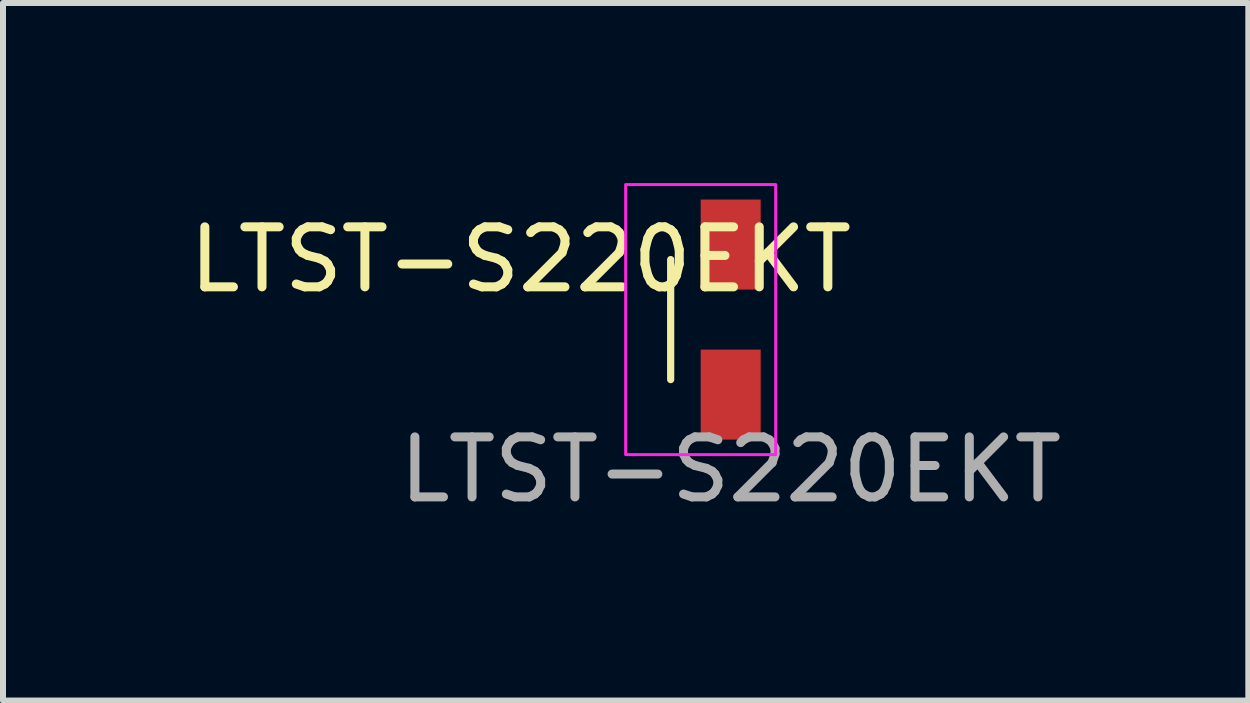
<source format=kicad_pcb>
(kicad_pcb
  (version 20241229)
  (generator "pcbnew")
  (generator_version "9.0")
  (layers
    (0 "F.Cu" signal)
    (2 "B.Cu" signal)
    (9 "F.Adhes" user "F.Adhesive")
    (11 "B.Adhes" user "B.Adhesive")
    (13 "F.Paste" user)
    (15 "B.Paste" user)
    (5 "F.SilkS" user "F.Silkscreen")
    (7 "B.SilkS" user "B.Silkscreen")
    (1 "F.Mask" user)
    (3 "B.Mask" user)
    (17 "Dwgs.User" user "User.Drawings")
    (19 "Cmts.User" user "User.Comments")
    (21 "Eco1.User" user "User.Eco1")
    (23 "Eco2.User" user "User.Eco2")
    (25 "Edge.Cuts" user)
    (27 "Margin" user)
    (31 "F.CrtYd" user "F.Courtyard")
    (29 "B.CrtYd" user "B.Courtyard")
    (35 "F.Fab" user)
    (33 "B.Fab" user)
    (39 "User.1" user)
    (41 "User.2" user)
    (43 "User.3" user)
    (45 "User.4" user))
  (footprint "LTST-S220EKT"
    (layer "F.Cu")
    (at 9.125 2.275)
    (property "Reference" "LTST-S220EKT" (at -3.5 -1 0) (unlocked yes) (layer "F.SilkS") (effects (font (size 1 1) (thickness 0.15))))
    (attr smd)
    (fp_line (start -1 -1) (end -1 1) (stroke (width 0.12) (type default)) (layer "F.SilkS"))
    (fp_rect (start 0.75 -2.25) (end -1.75 2.25) (stroke (width 0.05) (type default)) (fill no) (layer "F.CrtYd"))
    (fp_text user "${REFERENCE}" (at 0 2.5 0) (unlocked yes) (layer "F.Fab") (effects (font (size 1 1) (thickness 0.15))))
    (pad "1" smd rect (at 0 -1.25) (size 1 1.5) (layers "F.Cu" "F.Mask" "F.Paste"))
    (pad "2" smd rect (at 0 1.25) (size 1 1.5) (layers "F.Cu" "F.Mask" "F.Paste")))
  (gr_rect
    (start -3 -3)
    (end 17.75 8.623)
    (stroke (width 0.1) (type default))
    (fill no)
    (layer "Edge.Cuts")))
</source>
